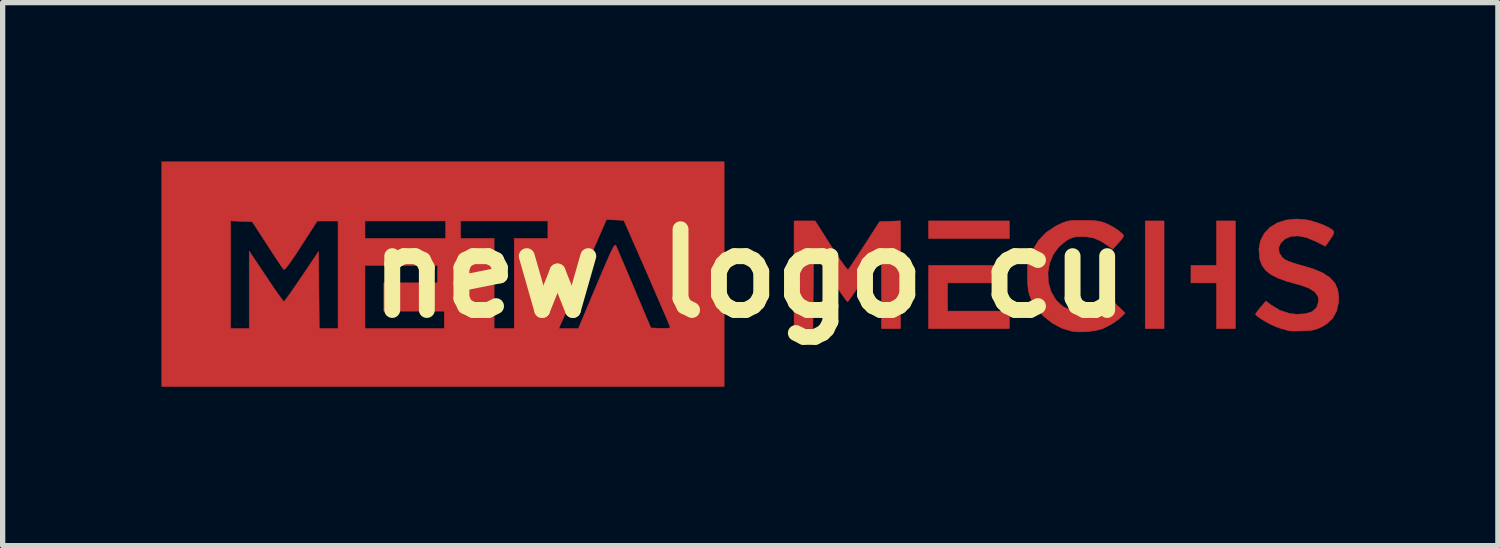
<source format=kicad_pcb>
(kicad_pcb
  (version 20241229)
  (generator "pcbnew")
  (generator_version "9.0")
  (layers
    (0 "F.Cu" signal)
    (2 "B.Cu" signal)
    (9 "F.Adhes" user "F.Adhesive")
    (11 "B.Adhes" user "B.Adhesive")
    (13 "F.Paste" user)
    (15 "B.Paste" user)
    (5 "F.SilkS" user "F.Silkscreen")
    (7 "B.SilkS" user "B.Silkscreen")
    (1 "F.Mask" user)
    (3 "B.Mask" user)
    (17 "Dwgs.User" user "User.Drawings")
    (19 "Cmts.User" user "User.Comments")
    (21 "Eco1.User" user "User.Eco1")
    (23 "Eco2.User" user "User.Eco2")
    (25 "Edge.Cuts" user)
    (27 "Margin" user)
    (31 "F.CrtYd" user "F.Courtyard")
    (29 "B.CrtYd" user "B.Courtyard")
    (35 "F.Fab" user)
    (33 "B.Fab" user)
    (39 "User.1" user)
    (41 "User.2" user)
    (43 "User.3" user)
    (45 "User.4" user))
  (footprint "new logo cu"
    (layer "F.Cu")
    (at 11.105 2.113)
    (property "Reference" "new logo cu" (at 0 0 0) (layer "F.SilkS") (effects (font (size 1.524 1.524) (thickness 0.3))))
    (attr through_hole)
    (fp_poly (pts (xy 4.902 -0.66) (xy 3.378 -0.66) (xy 3.378 -0.991) (xy 4.902 -0.991) (xy 4.902 -0.66)) (stroke (width 0.01) (type solid)) (fill yes) (layer "F.Cu"))
    (fp_poly (pts (xy 7.823 1.041) (xy 7.468 1.041) (xy 7.468 -0.991) (xy 7.823 -0.991) (xy 7.823 1.041)) (stroke (width 0.01) (type solid)) (fill yes) (layer "F.Cu"))
    (fp_poly (pts (xy 4.75 0.178) (xy 3.734 0.178) (xy 3.734 0.711) (xy 4.902 0.711) (xy 4.902 1.041) (xy 3.378 1.041) (xy 3.378 -0.152) (xy 4.75 -0.152) (xy 4.75 0.178)) (stroke (width 0.01) (type solid)) (fill yes) (layer "F.Cu"))
    (fp_poly (pts (xy 9.169 1.041) (xy 8.814 1.041) (xy 8.814 0.178) (xy 8.331 0.178) (xy 8.331 -0.152) (xy 8.814 -0.152) (xy 8.814 -0.991) (xy 9.169 -0.991) (xy 9.169 1.041)) (stroke (width 0.01) (type solid)) (fill yes) (layer "F.Cu"))
    (fp_poly (pts (xy 2.845 1.041) (xy 2.489 1.041) (xy 2.489 0.311) (xy 2.489 -0.419) (xy 2.178 0.057) (xy 2.087 0.194) (xy 2.005 0.316) (xy 1.936 0.417) (xy 1.885 0.489) (xy 1.854 0.528) (xy 1.848 0.533) (xy 1.829 0.513) (xy 1.786 0.457) (xy 1.724 0.37) (xy 1.647 0.259) (xy 1.559 0.13) (xy 1.518 0.07) (xy 1.206 -0.394) (xy 1.193 1.041) (xy 0.838 1.041) (xy 0.838 -0.991) (xy 1.236 -0.991) (xy 1.536 -0.519) (xy 1.63 -0.374) (xy 1.712 -0.252) (xy 1.78 -0.157) (xy 1.829 -0.095) (xy 1.855 -0.07) (xy 1.859 -0.07) (xy 1.879 -0.098) (xy 1.922 -0.161) (xy 1.983 -0.254) (xy 2.059 -0.369) (xy 2.144 -0.5) (xy 2.167 -0.535) (xy 2.453 -0.978) (xy 2.649 -0.985) (xy 2.845 -0.993) (xy 2.845 1.041)) (stroke (width 0.01) (type solid)) (fill yes) (layer "F.Cu"))
    (fp_poly (pts (xy 6.299 -1.002) (xy 6.438 -1) (xy 6.541 -0.993) (xy 6.62 -0.98) (xy 6.692 -0.958) (xy 6.729 -0.943) (xy 6.819 -0.9) (xy 6.908 -0.847) (xy 6.986 -0.792) (xy 7.041 -0.743) (xy 7.061 -0.708) (xy 7.045 -0.678) (xy 7.004 -0.625) (xy 6.957 -0.572) (xy 6.853 -0.459) (xy 6.773 -0.518) (xy 6.63 -0.612) (xy 6.496 -0.669) (xy 6.354 -0.694) (xy 6.283 -0.696) (xy 6.179 -0.694) (xy 6.103 -0.681) (xy 6.036 -0.654) (xy 5.98 -0.622) (xy 5.839 -0.506) (xy 5.732 -0.361) (xy 5.662 -0.196) (xy 5.631 -0.019) (xy 5.638 0.161) (xy 5.686 0.335) (xy 5.777 0.494) (xy 5.796 0.518) (xy 5.916 0.626) (xy 6.064 0.699) (xy 6.229 0.735) (xy 6.398 0.732) (xy 6.562 0.687) (xy 6.607 0.666) (xy 6.691 0.621) (xy 6.765 0.58) (xy 6.8 0.559) (xy 6.834 0.541) (xy 6.864 0.543) (xy 6.904 0.571) (xy 6.966 0.629) (xy 6.972 0.634) (xy 7.086 0.747) (xy 7.031 0.806) (xy 6.95 0.876) (xy 6.842 0.949) (xy 6.726 1.013) (xy 6.641 1.05) (xy 6.518 1.08) (xy 6.368 1.099) (xy 6.215 1.103) (xy 6.086 1.091) (xy 5.898 1.036) (xy 5.716 0.939) (xy 5.551 0.809) (xy 5.414 0.656) (xy 5.315 0.488) (xy 5.305 0.464) (xy 5.277 0.386) (xy 5.259 0.308) (xy 5.25 0.215) (xy 5.246 0.092) (xy 5.246 0.037) (xy 5.246 -0.088) (xy 5.25 -0.177) (xy 5.261 -0.246) (xy 5.282 -0.31) (xy 5.315 -0.385) (xy 5.34 -0.436) (xy 5.453 -0.621) (xy 5.592 -0.769) (xy 5.767 -0.887) (xy 5.837 -0.923) (xy 5.914 -0.958) (xy 5.978 -0.981) (xy 6.043 -0.994) (xy 6.124 -1.001) (xy 6.235 -1.002) (xy 6.299 -1.002)) (stroke (width 0.01) (type solid)) (fill yes) (layer "F.Cu"))
    (fp_poly (pts (xy 10.487 -1.016) (xy 10.6 -0.993) (xy 10.722 -0.956) (xy 10.84 -0.911) (xy 10.94 -0.862) (xy 11.008 -0.817) (xy 11.02 -0.805) (xy 11.029 -0.774) (xy 11.012 -0.726) (xy 10.964 -0.651) (xy 10.958 -0.642) (xy 10.868 -0.514) (xy 10.691 -0.605) (xy 10.519 -0.677) (xy 10.361 -0.709) (xy 10.222 -0.702) (xy 10.11 -0.655) (xy 10.025 -0.575) (xy 9.987 -0.484) (xy 9.996 -0.392) (xy 10.052 -0.306) (xy 10.102 -0.264) (xy 10.164 -0.233) (xy 10.259 -0.198) (xy 10.37 -0.164) (xy 10.412 -0.153) (xy 10.639 -0.086) (xy 10.819 -0.01) (xy 10.954 0.079) (xy 11.048 0.184) (xy 11.103 0.308) (xy 11.122 0.452) (xy 11.118 0.539) (xy 11.082 0.708) (xy 11.007 0.845) (xy 10.891 0.954) (xy 10.811 1.002) (xy 10.729 1.04) (xy 10.654 1.064) (xy 10.569 1.077) (xy 10.454 1.083) (xy 10.431 1.084) (xy 10.325 1.086) (xy 10.239 1.086) (xy 10.184 1.083) (xy 10.173 1.081) (xy 10.136 1.069) (xy 10.067 1.048) (xy 10.006 1.031) (xy 9.932 1.004) (xy 9.842 0.963) (xy 9.748 0.913) (xy 9.661 0.861) (xy 9.593 0.814) (xy 9.555 0.779) (xy 9.55 0.769) (xy 9.566 0.741) (xy 9.606 0.687) (xy 9.649 0.636) (xy 9.747 0.522) (xy 9.839 0.593) (xy 10.015 0.699) (xy 10.199 0.758) (xy 10.335 0.771) (xy 10.495 0.761) (xy 10.613 0.724) (xy 10.691 0.659) (xy 10.707 0.633) (xy 10.742 0.524) (xy 10.728 0.428) (xy 10.665 0.344) (xy 10.553 0.274) (xy 10.392 0.217) (xy 10.358 0.208) (xy 10.141 0.148) (xy 9.97 0.086) (xy 9.839 0.019) (xy 9.743 -0.058) (xy 9.677 -0.146) (xy 9.636 -0.251) (xy 9.628 -0.286) (xy 9.614 -0.461) (xy 9.644 -0.619) (xy 9.716 -0.757) (xy 9.823 -0.87) (xy 9.963 -0.955) (xy 10.132 -1.009) (xy 10.324 -1.028) (xy 10.487 -1.016)) (stroke (width 0.01) (type solid)) (fill yes) (layer "F.Cu"))
    (fp_poly (pts (xy -0.483 2.134) (xy -11.1 2.134) (xy -11.1 1.041) (xy -9.804 1.041) (xy -9.449 1.041) (xy -9.449 -0.419) (xy -9.131 0.057) (xy -9.039 0.194) (xy -8.956 0.316) (xy -8.885 0.416) (xy -8.832 0.488) (xy -8.801 0.527) (xy -8.795 0.532) (xy -8.776 0.512) (xy -8.733 0.455) (xy -8.67 0.368) (xy -8.593 0.257) (xy -8.504 0.127) (xy -8.458 0.06) (xy -8.141 -0.412) (xy -8.134 0.315) (xy -8.127 1.041) (xy -7.772 1.041) (xy -7.772 -0.152) (xy -7.264 -0.152) (xy -7.264 1.041) (xy -5.766 1.041) (xy -5.766 0.711) (xy -6.909 0.711) (xy -6.909 0.178) (xy -5.893 0.178) (xy -5.893 -0.152) (xy -7.264 -0.152) (xy -7.772 -0.152) (xy -7.772 -0.991) (xy -7.264 -0.991) (xy -7.264 -0.66) (xy -5.74 -0.66) (xy -5.74 -0.991) (xy -5.461 -0.991) (xy -5.461 -0.66) (xy -4.826 -0.66) (xy -4.826 1.041) (xy -4.445 1.041) (xy -3.606 1.041) (xy -3.235 1.041) (xy -2.894 0.23) (xy -2.801 0.011) (xy -2.726 -0.165) (xy -2.667 -0.301) (xy -2.621 -0.402) (xy -2.586 -0.472) (xy -2.561 -0.515) (xy -2.543 -0.534) (xy -2.532 -0.534) (xy -2.527 -0.528) (xy -2.511 -0.492) (xy -2.478 -0.415) (xy -2.431 -0.303) (xy -2.371 -0.163) (xy -2.302 -0.001) (xy -2.226 0.178) (xy -2.184 0.278) (xy -1.866 1.029) (xy -1.683 1.036) (xy -1.593 1.037) (xy -1.528 1.032) (xy -1.499 1.023) (xy -1.499 1.022) (xy -1.508 0.995) (xy -1.537 0.926) (xy -1.581 0.82) (xy -1.64 0.683) (xy -1.711 0.519) (xy -1.792 0.332) (xy -1.88 0.129) (xy -1.937 -0.002) (xy -2.376 -1.003) (xy -2.541 -1.011) (xy -2.705 -1.018) (xy -3.091 -0.134) (xy -3.181 0.071) (xy -3.266 0.267) (xy -3.345 0.448) (xy -3.415 0.607) (xy -3.473 0.739) (xy -3.516 0.837) (xy -3.541 0.894) (xy -3.542 0.895) (xy -3.606 1.041) (xy -4.445 1.041) (xy -4.445 -0.66) (xy -3.81 -0.66) (xy -3.81 -0.991) (xy -5.461 -0.991) (xy -5.74 -0.991) (xy -7.264 -0.991) (xy -7.772 -0.991) (xy -8.166 -0.99) (xy -8.469 -0.52) (xy -8.579 -0.351) (xy -8.666 -0.224) (xy -8.73 -0.137) (xy -8.773 -0.088) (xy -8.796 -0.075) (xy -8.799 -0.077) (xy -8.82 -0.105) (xy -8.865 -0.17) (xy -8.927 -0.263) (xy -9.004 -0.379) (xy -9.089 -0.51) (xy -9.109 -0.541) (xy -9.392 -0.978) (xy -9.598 -0.985) (xy -9.804 -0.993) (xy -9.804 1.041) (xy -11.1 1.041) (xy -11.1 -2.108) (xy -0.483 -2.108) (xy -0.483 2.134)) (stroke (width 0.01) (type solid)) (fill yes) (layer "F.Cu")))
  (gr_rect
    (start -3 -3)
    (end 25.231 7.252)
    (stroke (width 0.1) (type default))
    (fill no)
    (layer "Edge.Cuts")))
</source>
